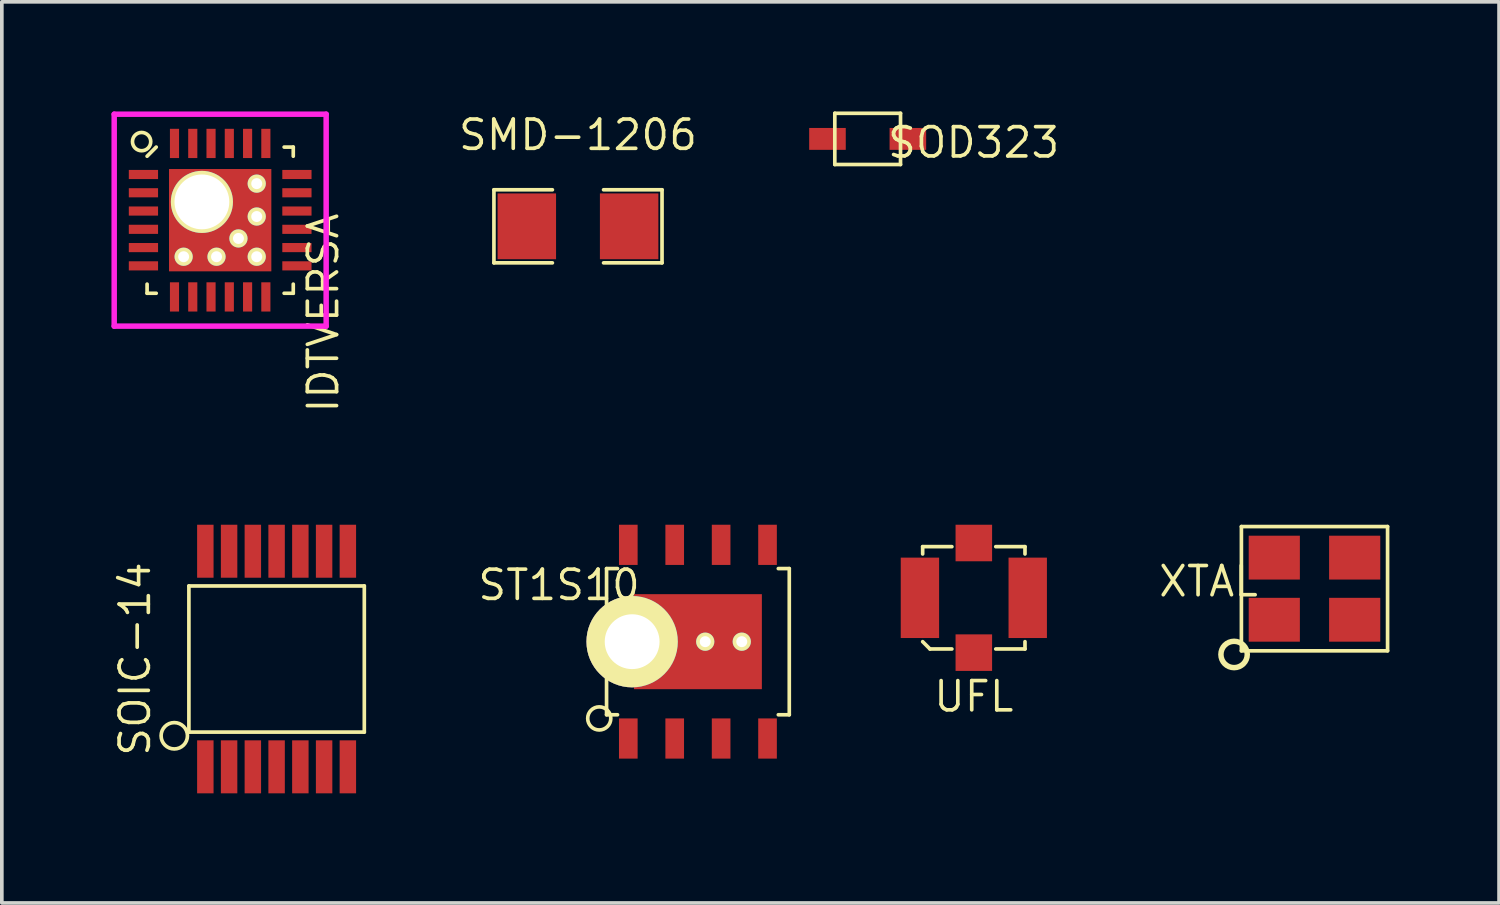
<source format=kicad_pcb>
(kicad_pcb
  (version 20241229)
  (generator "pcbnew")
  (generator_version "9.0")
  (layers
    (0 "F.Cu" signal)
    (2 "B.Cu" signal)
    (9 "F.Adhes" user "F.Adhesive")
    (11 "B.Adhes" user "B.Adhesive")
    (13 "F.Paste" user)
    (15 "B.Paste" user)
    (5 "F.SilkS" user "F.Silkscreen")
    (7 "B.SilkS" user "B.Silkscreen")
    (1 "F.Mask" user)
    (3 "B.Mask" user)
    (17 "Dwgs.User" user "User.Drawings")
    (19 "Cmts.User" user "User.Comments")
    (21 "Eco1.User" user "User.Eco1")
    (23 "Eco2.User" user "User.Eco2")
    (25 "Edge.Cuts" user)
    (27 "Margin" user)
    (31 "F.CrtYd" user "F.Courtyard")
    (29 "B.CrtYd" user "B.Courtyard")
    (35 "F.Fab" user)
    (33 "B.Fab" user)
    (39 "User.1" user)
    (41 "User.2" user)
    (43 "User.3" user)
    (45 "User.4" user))
  (footprint "SMD-1206"
    (layer "F.Cu")
    (at 12.766 3.143)
    (property "Reference" "SMD-1206" (at 0 -2.5 0) (layer "F.SilkS") (effects (font (size 0.8 0.8) (thickness 0.1))))
    (attr smd)
    (fp_line (start -2.3 -1) (end -2.3 1) (stroke (width 0.1) (type solid)) (layer "F.SilkS"))
    (fp_line (start -2.3 1) (end -0.7 1) (stroke (width 0.1) (type solid)) (layer "F.SilkS"))
    (fp_line (start -0.7 -1) (end -2.3 -1) (stroke (width 0.1) (type solid)) (layer "F.SilkS"))
    (fp_line (start 0.7 1) (end 2.3 1) (stroke (width 0.1) (type solid)) (layer "F.SilkS"))
    (fp_line (start 2.3 -1) (end 0.7 -1) (stroke (width 0.1) (type solid)) (layer "F.SilkS"))
    (fp_line (start 2.3 1) (end 2.3 -1) (stroke (width 0.1) (type solid)) (layer "F.SilkS"))
    (pad "1" smd rect (at -1.4 0) (size 1.6 1.8) (layers "F.Cu" "F.Mask" "F.Paste"))
    (pad "2" smd rect (at 1.4 0) (size 1.6 1.8) (layers "F.Cu" "F.Mask" "F.Paste")))
  (footprint "SOD323"
    (layer "F.Cu")
    (at 20.693 0.751)
    (property "Reference" "SOD323" (at 2.9 0.1 0) (layer "F.SilkS") (effects (font (size 0.8 0.8) (thickness 0.1))))
    (attr through_hole)
    (fp_line (start -0.899 -0.701) (end -0.899 0.701) (stroke (width 0.1) (type solid)) (layer "F.SilkS"))
    (fp_line (start -0.899 0.701) (end 0.899 0.701) (stroke (width 0.1) (type solid)) (layer "F.SilkS"))
    (fp_line (start 0.899 -0.701) (end -0.899 -0.701) (stroke (width 0.1) (type solid)) (layer "F.SilkS"))
    (fp_line (start 0.899 0.701) (end 0.899 -0.701) (stroke (width 0.1) (type solid)) (layer "F.SilkS"))
    (pad "1" smd rect (at -1.1 0) (size 1.001 0.599) (layers "F.Cu" "F.Mask" "F.Paste"))
    (pad "2" smd rect (at 1.1 0) (size 1.001 0.599) (layers "F.Cu" "F.Mask" "F.Paste")))
  (footprint "ST1S10"
    (layer "F.Cu")
    (at 16.048 14.509)
    (property "Reference" "ST1S10" (at -3.8 -1.55 0) (layer "F.SilkS") (effects (font (size 0.8 0.8) (thickness 0.1))))
    (attr through_hole)
    (fp_line (start -2.5 -2) (end -2.5 2) (stroke (width 0.1) (type solid)) (layer "F.SilkS"))
    (fp_line (start -2.5 2) (end -2.2 2) (stroke (width 0.1) (type solid)) (layer "F.SilkS"))
    (fp_line (start -2.2 -2) (end -2.5 -2) (stroke (width 0.1) (type solid)) (layer "F.SilkS"))
    (fp_line (start 2.2 2) (end 2.5 2) (stroke (width 0.1) (type solid)) (layer "F.SilkS"))
    (fp_line (start 2.5 -2) (end 2.2 -2) (stroke (width 0.1) (type solid)) (layer "F.SilkS"))
    (fp_line (start 2.5 2) (end 2.5 -2) (stroke (width 0.1) (type solid)) (layer "F.SilkS"))
    (fp_circle (center -2.7 2.1) (end -2.8 1.8) (stroke (width 0.1) (type solid)) (fill no) (layer "F.SilkS"))
    (pad "1" smd rect (at -1.905 2.65) (size 0.51 1.1) (layers "F.Cu" "F.Mask" "F.Paste"))
    (pad "2" smd rect (at -0.635 2.65) (size 0.51 1.1) (layers "F.Cu" "F.Mask" "F.Paste"))
    (pad "3" smd rect (at 0.635 2.65) (size 0.51 1.1) (layers "F.Cu" "F.Mask" "F.Paste"))
    (pad "4" smd rect (at 1.905 2.65) (size 0.51 1.1) (layers "F.Cu" "F.Mask" "F.Paste"))
    (pad "5" smd rect (at 1.905 -2.65) (size 0.51 1.1) (layers "F.Cu" "F.Mask" "F.Paste"))
    (pad "6" smd rect (at 0.635 -2.65) (size 0.51 1.1) (layers "F.Cu" "F.Mask" "F.Paste"))
    (pad "7" smd rect (at -0.635 -2.65) (size 0.51 1.1) (layers "F.Cu" "F.Mask" "F.Paste"))
    (pad "8" smd rect (at -1.905 -2.65) (size 0.51 1.1) (layers "F.Cu" "F.Mask" "F.Paste"))
    (pad "9" thru_hole circle (at -1.8 0) (size 2.5 2.5) (drill 1.5) (layers "*.Cu" "*.Mask" "F.SilkS"))
    (pad "9" smd rect (at 0 0) (size 3.5 2.6) (layers "F.Cu" "F.Mask" "F.Paste"))
    (pad "9" thru_hole circle (at 0.2 0) (size 0.5 0.5) (drill 0.3) (layers "*.Cu" "*.Mask" "F.SilkS"))
    (pad "9" thru_hole circle (at 1.2 0) (size 0.5 0.5) (drill 0.3) (layers "*.Cu" "*.Mask" "F.SilkS")))
  (footprint "IDTVERSA"
    (layer "F.Cu")
    (at 2.975 2.975)
    (property "Reference" "IDTVERSA" (at 2.82 2.54 90) (layer "F.SilkS") (effects (font (size 0.8 0.8) (thickness 0.1))))
    (attr through_hole)
    (fp_line (start -2 -1.75) (end -1.75 -2) (stroke (width 0.1) (type solid)) (layer "F.SilkS"))
    (fp_line (start -2 2) (end -2 1.75) (stroke (width 0.1) (type solid)) (layer "F.SilkS"))
    (fp_line (start -1.75 2) (end -2 2) (stroke (width 0.1) (type solid)) (layer "F.SilkS"))
    (fp_line (start 1.75 -2) (end 2 -2) (stroke (width 0.1) (type solid)) (layer "F.SilkS"))
    (fp_line (start 1.75 2) (end 2 2) (stroke (width 0.1) (type solid)) (layer "F.SilkS"))
    (fp_line (start 2 -2) (end 2 -1.75) (stroke (width 0.1) (type solid)) (layer "F.SilkS"))
    (fp_line (start 2 2) (end 2 1.75) (stroke (width 0.1) (type solid)) (layer "F.SilkS"))
    (fp_circle (center -2.15 -2.15) (end -2.15 -1.9) (stroke (width 0.1) (type solid)) (fill no) (layer "F.SilkS"))
    (fp_line (start -2.9 -2.9) (end 2.9 -2.9) (stroke (width 0.15) (type solid)) (layer "F.CrtYd"))
    (fp_line (start -2.9 2.9) (end -2.9 -2.9) (stroke (width 0.15) (type solid)) (layer "F.CrtYd"))
    (fp_line (start 2.9 -2.9) (end 2.9 2.9) (stroke (width 0.15) (type solid)) (layer "F.CrtYd"))
    (fp_line (start 2.9 2.9) (end -2.9 2.9) (stroke (width 0.15) (type solid)) (layer "F.CrtYd"))
    (pad "1" smd rect (at -2.1 -1.25 90) (size 0.25 0.8) (layers "F.Cu" "F.Mask" "F.Paste"))
    (pad "2" smd rect (at -2.1 -0.75 90) (size 0.25 0.8) (layers "F.Cu" "F.Mask" "F.Paste"))
    (pad "3" smd rect (at -2.1 -0.25 90) (size 0.25 0.8) (layers "F.Cu" "F.Mask" "F.Paste"))
    (pad "4" smd rect (at -2.1 0.25 90) (size 0.25 0.8) (layers "F.Cu" "F.Mask" "F.Paste"))
    (pad "5" smd rect (at -2.1 0.75 90) (size 0.25 0.8) (layers "F.Cu" "F.Mask" "F.Paste"))
    (pad "6" smd rect (at -2.1 1.25 90) (size 0.25 0.8) (layers "F.Cu" "F.Mask" "F.Paste"))
    (pad "7" smd rect (at -1.25 2.1) (size 0.25 0.8) (layers "F.Cu" "F.Mask" "F.Paste"))
    (pad "8" smd rect (at -0.75 2.1) (size 0.25 0.8) (layers "F.Cu" "F.Mask" "F.Paste"))
    (pad "9" smd rect (at -0.25 2.1) (size 0.25 0.8) (layers "F.Cu" "F.Mask" "F.Paste"))
    (pad "10" smd rect (at 0.25 2.1) (size 0.25 0.8) (layers "F.Cu" "F.Mask" "F.Paste"))
    (pad "11" smd rect (at 0.75 2.1) (size 0.25 0.8) (layers "F.Cu" "F.Mask" "F.Paste"))
    (pad "12" smd rect (at 1.25 2.1) (size 0.25 0.8) (layers "F.Cu" "F.Mask" "F.Paste"))
    (pad "13" smd rect (at 2.1 1.25 90) (size 0.25 0.8) (layers "F.Cu" "F.Mask" "F.Paste"))
    (pad "14" smd rect (at 2.1 0.75 90) (size 0.25 0.8) (layers "F.Cu" "F.Mask" "F.Paste"))
    (pad "15" smd rect (at 2.1 0.25 90) (size 0.25 0.8) (layers "F.Cu" "F.Mask" "F.Paste"))
    (pad "16" smd rect (at 2.1 -0.25 90) (size 0.25 0.8) (layers "F.Cu" "F.Mask" "F.Paste"))
    (pad "17" smd rect (at 2.1 -0.75 90) (size 0.25 0.8) (layers "F.Cu" "F.Mask" "F.Paste"))
    (pad "18" smd rect (at 2.1 -1.25 90) (size 0.25 0.8) (layers "F.Cu" "F.Mask" "F.Paste"))
    (pad "19" smd rect (at 1.25 -2.1) (size 0.25 0.8) (layers "F.Cu" "F.Mask" "F.Paste"))
    (pad "20" smd rect (at 0.75 -2.1) (size 0.25 0.8) (layers "F.Cu" "F.Mask" "F.Paste"))
    (pad "21" smd rect (at 0.25 -2.1) (size 0.25 0.8) (layers "F.Cu" "F.Mask" "F.Paste"))
    (pad "22" smd rect (at -0.25 -2.1) (size 0.25 0.8) (layers "F.Cu" "F.Mask" "F.Paste"))
    (pad "23" smd rect (at -0.75 -2.1) (size 0.25 0.8) (layers "F.Cu" "F.Mask" "F.Paste"))
    (pad "24" smd rect (at -1.25 -2.1) (size 0.25 0.8) (layers "F.Cu" "F.Mask" "F.Paste"))
    (pad "25" thru_hole circle (at -1 1) (size 0.5 0.5) (drill 0.3) (layers "*.Cu" "*.Mask" "F.SilkS"))
    (pad "25" smd rect (at -0.7 -0.7) (size 1 1) (layers "F.Cu" "F.Mask" "F.Paste"))
    (pad "25" smd rect (at -0.7 0.7) (size 1 1) (layers "F.Cu" "F.Mask" "F.Paste"))
    (pad "25" thru_hole circle (at -0.5 -0.5) (size 1.7 1.7) (drill 1.5) (layers "*.Cu" "*.Mask" "F.SilkS"))
    (pad "25" thru_hole circle (at -0.1 1) (size 0.5 0.5) (drill 0.3) (layers "*.Cu" "*.Mask" "F.SilkS"))
    (pad "25" smd rect (at 0 0) (size 2.8 2.8) (layers "F.Cu" "F.Mask"))
    (pad "25" thru_hole circle (at 0.5 0.5) (size 0.5 0.5) (drill 0.3) (layers "*.Cu" "*.Mask" "F.SilkS"))
    (pad "25" smd rect (at 0.7 -0.7) (size 1 1) (layers "F.Cu" "F.Mask" "F.Paste"))
    (pad "25" smd rect (at 0.7 0.7) (size 1 1) (layers "F.Cu" "F.Mask" "F.Paste"))
    (pad "25" thru_hole circle (at 1 -1) (size 0.5 0.5) (drill 0.3) (layers "*.Cu" "*.Mask" "F.SilkS"))
    (pad "25" thru_hole circle (at 1 -0.1) (size 0.5 0.5) (drill 0.3) (layers "*.Cu" "*.Mask" "F.SilkS"))
    (pad "25" thru_hole circle (at 1 1) (size 0.5 0.5) (drill 0.3) (layers "*.Cu" "*.Mask" "F.SilkS")))
  (footprint "SOIC-14"
    (layer "F.Cu")
    (at 4.519 14.984)
    (property "Reference" "SOIC-14" (at -3.875 0 90) (layer "F.SilkS") (effects (font (size 0.8 0.8) (thickness 0.1))))
    (attr through_hole)
    (fp_line (start -2.4 -2) (end -2.4 2) (stroke (width 0.1) (type solid)) (layer "F.SilkS"))
    (fp_line (start -2.4 2) (end 2.4 2) (stroke (width 0.1) (type solid)) (layer "F.SilkS"))
    (fp_line (start 2.4 -2) (end -2.4 -2) (stroke (width 0.1) (type solid)) (layer "F.SilkS"))
    (fp_line (start 2.4 2) (end 2.4 -2) (stroke (width 0.1) (type solid)) (layer "F.SilkS"))
    (fp_circle (center -2.8 2.1) (end -3 1.8) (stroke (width 0.1) (type solid)) (fill no) (layer "F.SilkS"))
    (pad "1" smd rect (at -1.95 2.95) (size 0.45 1.45) (layers "F.Cu" "F.Mask" "F.Paste"))
    (pad "2" smd rect (at -1.3 2.95) (size 0.45 1.45) (layers "F.Cu" "F.Mask" "F.Paste"))
    (pad "3" smd rect (at -0.65 2.95) (size 0.45 1.45) (layers "F.Cu" "F.Mask" "F.Paste"))
    (pad "4" smd rect (at 0 2.95) (size 0.45 1.45) (layers "F.Cu" "F.Mask" "F.Paste"))
    (pad "5" smd rect (at 0.65 2.95) (size 0.45 1.45) (layers "F.Cu" "F.Mask" "F.Paste"))
    (pad "6" smd rect (at 1.3 2.95) (size 0.45 1.45) (layers "F.Cu" "F.Mask" "F.Paste"))
    (pad "7" smd rect (at 1.95 2.95) (size 0.45 1.45) (layers "F.Cu" "F.Mask" "F.Paste"))
    (pad "8" smd rect (at 1.95 -2.95) (size 0.45 1.45) (layers "F.Cu" "F.Mask" "F.Paste"))
    (pad "9" smd rect (at 1.3 -2.95) (size 0.45 1.45) (layers "F.Cu" "F.Mask" "F.Paste"))
    (pad "10" smd rect (at 0.65 -2.95) (size 0.45 1.45) (layers "F.Cu" "F.Mask" "F.Paste"))
    (pad "11" smd rect (at 0 -2.95) (size 0.45 1.45) (layers "F.Cu" "F.Mask" "F.Paste"))
    (pad "12" smd rect (at -0.65 -2.95) (size 0.45 1.45) (layers "F.Cu" "F.Mask" "F.Paste"))
    (pad "13" smd rect (at -1.3 -2.95) (size 0.45 1.45) (layers "F.Cu" "F.Mask" "F.Paste"))
    (pad "14" smd rect (at -1.95 -2.95) (size 0.45 1.45) (layers "F.Cu" "F.Mask" "F.Paste")))
  (footprint "XTAL"
    (layer "F.Cu")
    (at 32.92 13.059)
    (property "Reference" "XTAL" (at -2.9 -0.2 0) (layer "F.SilkS") (effects (font (size 0.8 0.8) (thickness 0.1))))
    (attr through_hole)
    (fp_line (start -2 -1.7) (end 2 -1.7) (stroke (width 0.1) (type solid)) (layer "F.SilkS"))
    (fp_line (start -2 1.7) (end -2 -1.7) (stroke (width 0.1) (type solid)) (layer "F.SilkS"))
    (fp_line (start 2 -1.7) (end 2 1.7) (stroke (width 0.1) (type solid)) (layer "F.SilkS"))
    (fp_line (start 2 1.7) (end -2 1.7) (stroke (width 0.1) (type solid)) (layer "F.SilkS"))
    (fp_circle (center -2.2 1.8) (end -2.5 1.6) (stroke (width 0.15) (type solid)) (fill no) (layer "F.SilkS"))
    (pad "1" smd rect (at -1.1 0.85) (size 1.4 1.2) (layers "F.Cu" "F.Mask" "F.Paste"))
    (pad "2" smd rect (at 1.1 -0.85) (size 1.4 1.2) (layers "F.Cu" "F.Mask" "F.Paste"))
    (pad "3" smd rect (at -1.1 -0.85) (size 1.4 1.2) (layers "F.Cu" "F.Mask" "F.Paste"))
    (pad "3" smd rect (at 1.1 0.85) (size 1.4 1.2) (layers "F.Cu" "F.Mask" "F.Paste")))
  (footprint "UFL"
    (layer "F.Cu")
    (at 23.598 13.309)
    (property "Reference" "UFL" (at 0 2.7 0) (layer "F.SilkS") (effects (font (size 0.8 0.8) (thickness 0.1))))
    (attr through_hole)
    (fp_line (start -1.4 -1.4) (end -0.6 -1.4) (stroke (width 0.1) (type solid)) (layer "F.SilkS"))
    (fp_line (start -1.4 -1.2) (end -1.4 -1.4) (stroke (width 0.1) (type solid)) (layer "F.SilkS"))
    (fp_line (start -1.2 1.4) (end -1.4 1.2) (stroke (width 0.1) (type solid)) (layer "F.SilkS"))
    (fp_line (start -0.6 1.4) (end -1.2 1.4) (stroke (width 0.1) (type solid)) (layer "F.SilkS"))
    (fp_line (start 0.6 -1.4) (end 1.4 -1.4) (stroke (width 0.1) (type solid)) (layer "F.SilkS"))
    (fp_line (start 1.4 -1.4) (end 1.4 -1.2) (stroke (width 0.1) (type solid)) (layer "F.SilkS"))
    (fp_line (start 1.4 1.2) (end 1.4 1.4) (stroke (width 0.1) (type solid)) (layer "F.SilkS"))
    (fp_line (start 1.4 1.4) (end 0.6 1.4) (stroke (width 0.1) (type solid)) (layer "F.SilkS"))
    (pad "1" smd rect (at 0 1.5) (size 1 1) (layers "F.Cu" "F.Mask" "F.Paste"))
    (pad "2" smd rect (at -1.475 0) (size 1.05 2.2) (layers "F.Cu" "F.Mask" "F.Paste"))
    (pad "2" smd rect (at 0 -1.5) (size 1 1) (layers "F.Cu" "F.Mask" "F.Paste"))
    (pad "2" smd rect (at 1.475 0) (size 1.05 2.2) (layers "F.Cu" "F.Mask" "F.Paste")))
  (gr_rect
    (start -3 -3)
    (end 37.97 21.659)
    (stroke (width 0.1) (type default))
    (fill no)
    (layer "Edge.Cuts")))
</source>
